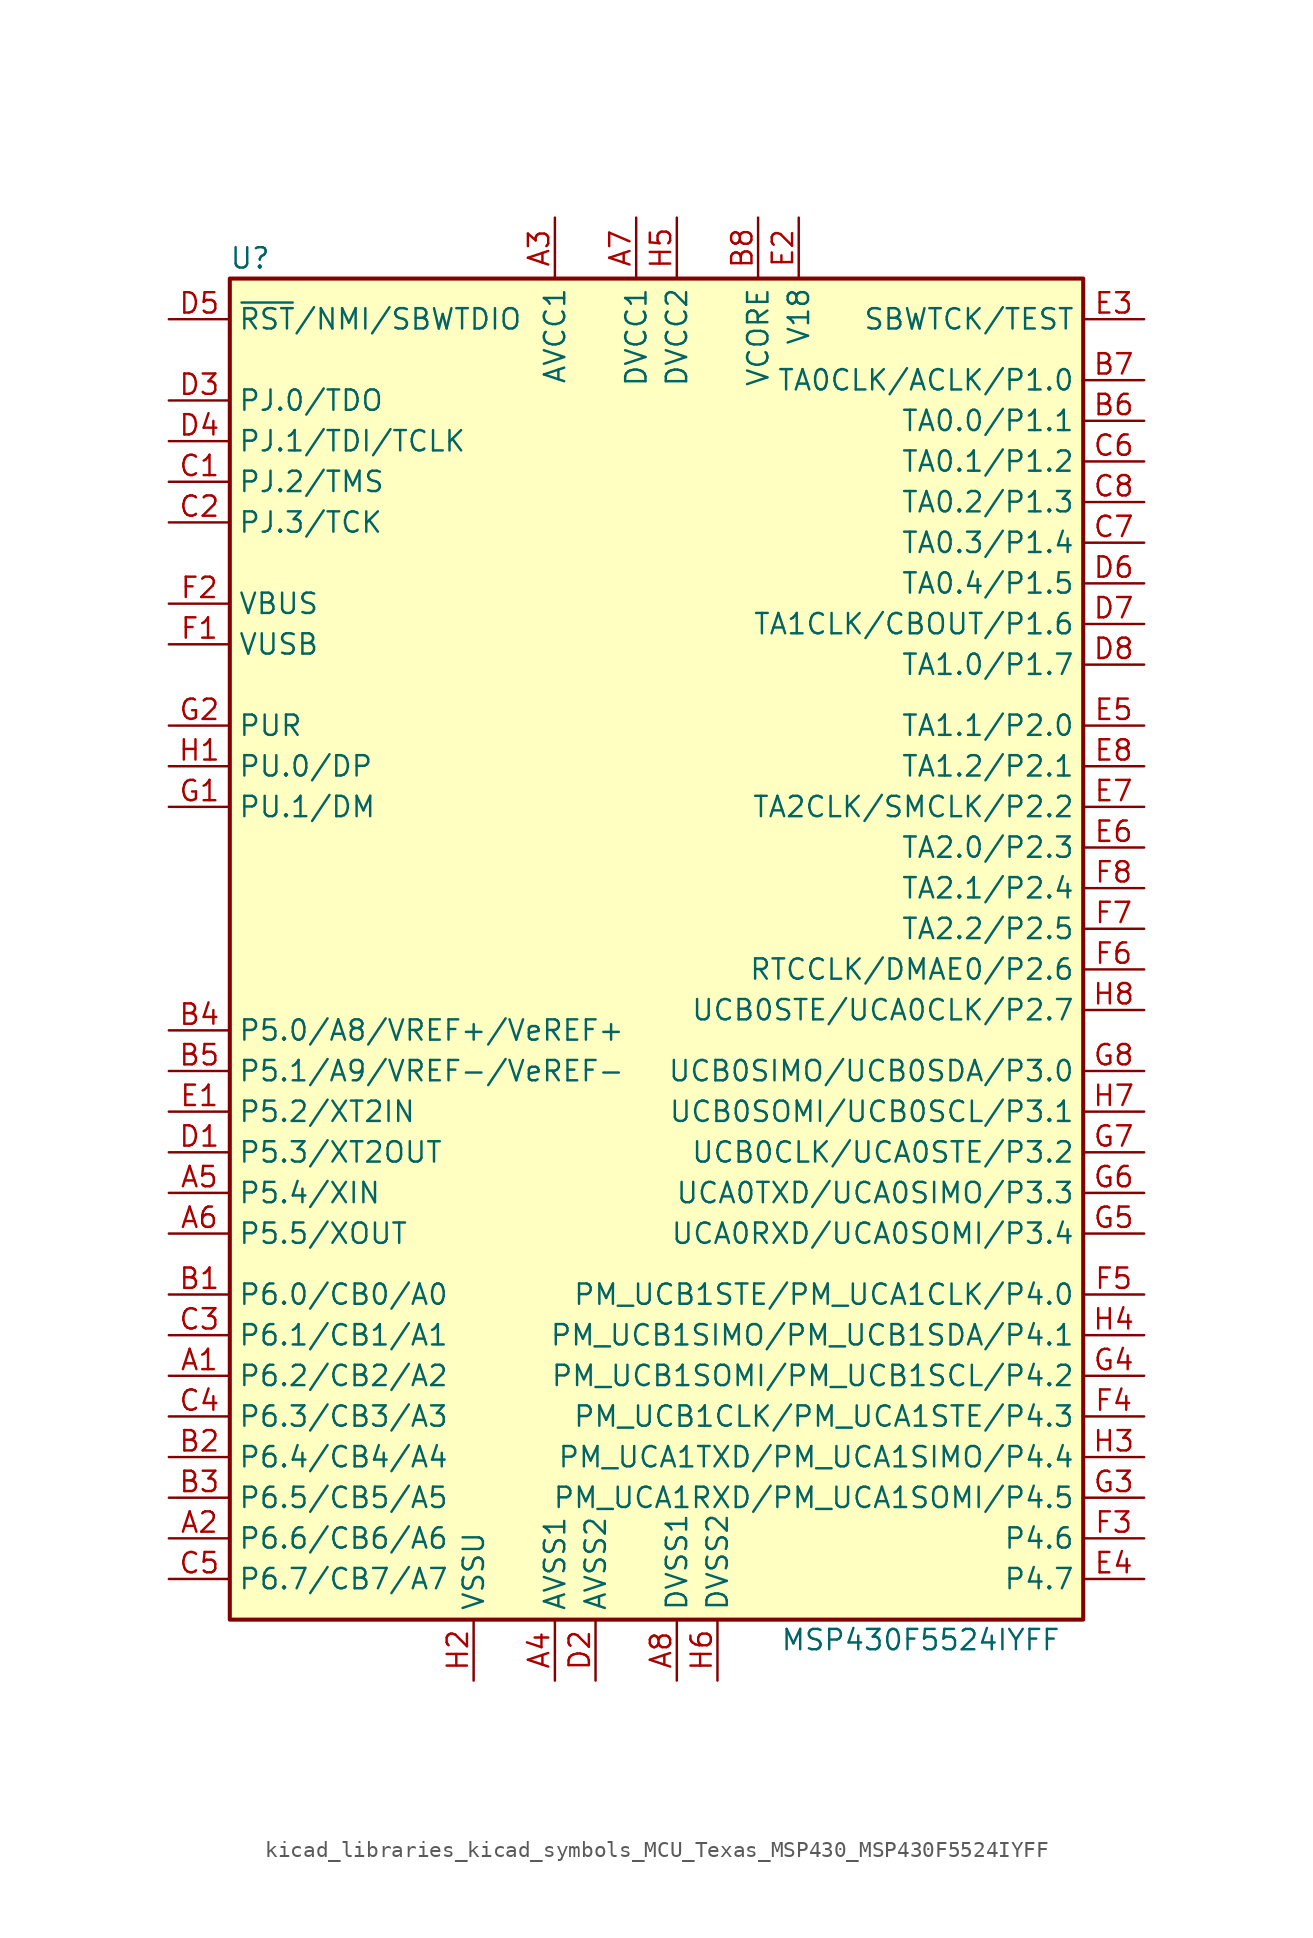
<source format=kicad_sym>
(kicad_symbol_lib
  (version 20220914)
  (generator kicad_symbol_editor)
  (symbol "kicad_libraries_kicad_symbols_MCU_Texas_MSP430_MSP430F5524IYFF"
    (property "Reference" "U"
      (at -25.4 43.18 0)
      (effects (font (size 1.27 1.27))))
    (property "Value" "MSP430F5524IYFF"
      (at 16.51 -43.18 0)
      (effects (font (size 1.27 1.27))))
    (symbol "kicad_libraries_kicad_symbols_MCU_Texas_MSP430_MSP430F5524IYFF_0_1"
      (rectangle (start -26.67 41.91) (end 26.67 -41.91) (stroke (width 0.254) (type default)) (fill (type background))))
    (symbol "kicad_libraries_kicad_symbols_MCU_Texas_MSP430_MSP430F5524IYFF_1_1"
      (pin bidirectional line (at -30.48 -26.67 0) (length 3.81) (name "P6.2/CB2/A2" (effects (font (size 1.27 1.27)))) (number "A1" (effects (font (size 1.27 1.27)))))
      (pin bidirectional line (at -30.48 -36.83 0) (length 3.81) (name "P6.6/CB6/A6" (effects (font (size 1.27 1.27)))) (number "A2" (effects (font (size 1.27 1.27)))))
      (pin power_in line (at -6.35 45.72 270) (length 3.81) (name "AVCC1" (effects (font (size 1.27 1.27)))) (number "A3" (effects (font (size 1.27 1.27)))))
      (pin power_in line (at -6.35 -45.72 90) (length 3.81) (name "AVSS1" (effects (font (size 1.27 1.27)))) (number "A4" (effects (font (size 1.27 1.27)))))
      (pin bidirectional line (at -30.48 -15.24 0) (length 3.81) (name "P5.4/XIN" (effects (font (size 1.27 1.27)))) (number "A5" (effects (font (size 1.27 1.27)))))
      (pin bidirectional line (at -30.48 -17.78 0) (length 3.81) (name "P5.5/XOUT" (effects (font (size 1.27 1.27)))) (number "A6" (effects (font (size 1.27 1.27)))))
      (pin power_in line (at -1.27 45.72 270) (length 3.81) (name "DVCC1" (effects (font (size 1.27 1.27)))) (number "A7" (effects (font (size 1.27 1.27)))))
      (pin power_in line (at 1.27 -45.72 90) (length 3.81) (name "DVSS1" (effects (font (size 1.27 1.27)))) (number "A8" (effects (font (size 1.27 1.27)))))
      (pin bidirectional line (at -30.48 -21.59 0) (length 3.81) (name "P6.0/CB0/A0" (effects (font (size 1.27 1.27)))) (number "B1" (effects (font (size 1.27 1.27)))))
      (pin bidirectional line (at -30.48 -31.75 0) (length 3.81) (name "P6.4/CB4/A4" (effects (font (size 1.27 1.27)))) (number "B2" (effects (font (size 1.27 1.27)))))
      (pin bidirectional line (at -30.48 -34.29 0) (length 3.81) (name "P6.5/CB5/A5" (effects (font (size 1.27 1.27)))) (number "B3" (effects (font (size 1.27 1.27)))))
      (pin bidirectional line (at -30.48 -5.08 0) (length 3.81) (name "P5.0/A8/VREF+/VeREF+" (effects (font (size 1.27 1.27)))) (number "B4" (effects (font (size 1.27 1.27)))))
      (pin bidirectional line (at -30.48 -7.62 0) (length 3.81) (name "P5.1/A9/VREF-/VeREF-" (effects (font (size 1.27 1.27)))) (number "B5" (effects (font (size 1.27 1.27)))))
      (pin bidirectional line (at 30.48 33.02 180) (length 3.81) (name "TA0.0/P1.1" (effects (font (size 1.27 1.27)))) (number "B6" (effects (font (size 1.27 1.27)))))
      (pin bidirectional line (at 30.48 35.56 180) (length 3.81) (name "TA0CLK/ACLK/P1.0" (effects (font (size 1.27 1.27)))) (number "B7" (effects (font (size 1.27 1.27)))))
      (pin bidirectional line (at 6.35 45.72 270) (length 3.81) (name "VCORE" (effects (font (size 1.27 1.27)))) (number "B8" (effects (font (size 1.27 1.27)))))
      (pin bidirectional line (at -30.48 29.21 0) (length 3.81) (name "PJ.2/TMS" (effects (font (size 1.27 1.27)))) (number "C1" (effects (font (size 1.27 1.27)))))
      (pin bidirectional line (at -30.48 26.67 0) (length 3.81) (name "PJ.3/TCK" (effects (font (size 1.27 1.27)))) (number "C2" (effects (font (size 1.27 1.27)))))
      (pin bidirectional line (at -30.48 -24.13 0) (length 3.81) (name "P6.1/CB1/A1" (effects (font (size 1.27 1.27)))) (number "C3" (effects (font (size 1.27 1.27)))))
      (pin bidirectional line (at -30.48 -29.21 0) (length 3.81) (name "P6.3/CB3/A3" (effects (font (size 1.27 1.27)))) (number "C4" (effects (font (size 1.27 1.27)))))
      (pin bidirectional line (at -30.48 -39.37 0) (length 3.81) (name "P6.7/CB7/A7" (effects (font (size 1.27 1.27)))) (number "C5" (effects (font (size 1.27 1.27)))))
      (pin bidirectional line (at 30.48 30.48 180) (length 3.81) (name "TA0.1/P1.2" (effects (font (size 1.27 1.27)))) (number "C6" (effects (font (size 1.27 1.27)))))
      (pin bidirectional line (at 30.48 25.4 180) (length 3.81) (name "TA0.3/P1.4" (effects (font (size 1.27 1.27)))) (number "C7" (effects (font (size 1.27 1.27)))))
      (pin bidirectional line (at 30.48 27.94 180) (length 3.81) (name "TA0.2/P1.3" (effects (font (size 1.27 1.27)))) (number "C8" (effects (font (size 1.27 1.27)))))
      (pin bidirectional line (at -30.48 -12.7 0) (length 3.81) (name "P5.3/XT2OUT" (effects (font (size 1.27 1.27)))) (number "D1" (effects (font (size 1.27 1.27)))))
      (pin power_in line (at -3.81 -45.72 90) (length 3.81) (name "AVSS2" (effects (font (size 1.27 1.27)))) (number "D2" (effects (font (size 1.27 1.27)))))
      (pin bidirectional line (at -30.48 34.29 0) (length 3.81) (name "PJ.0/TDO" (effects (font (size 1.27 1.27)))) (number "D3" (effects (font (size 1.27 1.27)))))
      (pin bidirectional line (at -30.48 31.75 0) (length 3.81) (name "PJ.1/TDI/TCLK" (effects (font (size 1.27 1.27)))) (number "D4" (effects (font (size 1.27 1.27)))))
      (pin input line (at -30.48 39.37 0) (length 3.81) (name "~{RST}/NMI/SBWTDIO" (effects (font (size 1.27 1.27)))) (number "D5" (effects (font (size 1.27 1.27)))))
      (pin bidirectional line (at 30.48 22.86 180) (length 3.81) (name "TA0.4/P1.5" (effects (font (size 1.27 1.27)))) (number "D6" (effects (font (size 1.27 1.27)))))
      (pin bidirectional line (at 30.48 20.32 180) (length 3.81) (name "TA1CLK/CBOUT/P1.6" (effects (font (size 1.27 1.27)))) (number "D7" (effects (font (size 1.27 1.27)))))
      (pin bidirectional line (at 30.48 17.78 180) (length 3.81) (name "TA1.0/P1.7" (effects (font (size 1.27 1.27)))) (number "D8" (effects (font (size 1.27 1.27)))))
      (pin bidirectional line (at -30.48 -10.16 0) (length 3.81) (name "P5.2/XT2IN" (effects (font (size 1.27 1.27)))) (number "E1" (effects (font (size 1.27 1.27)))))
      (pin passive line (at 8.89 45.72 270) (length 3.81) (name "V18" (effects (font (size 1.27 1.27)))) (number "E2" (effects (font (size 1.27 1.27)))))
      (pin input line (at 30.48 39.37 180) (length 3.81) (name "SBWTCK/TEST" (effects (font (size 1.27 1.27)))) (number "E3" (effects (font (size 1.27 1.27)))))
      (pin bidirectional line (at 30.48 -39.37 180) (length 3.81) (name "P4.7" (effects (font (size 1.27 1.27)))) (number "E4" (effects (font (size 1.27 1.27)))))
      (pin bidirectional line (at 30.48 13.97 180) (length 3.81) (name "TA1.1/P2.0" (effects (font (size 1.27 1.27)))) (number "E5" (effects (font (size 1.27 1.27)))))
      (pin bidirectional line (at 30.48 6.35 180) (length 3.81) (name "TA2.0/P2.3" (effects (font (size 1.27 1.27)))) (number "E6" (effects (font (size 1.27 1.27)))))
      (pin bidirectional line (at 30.48 8.89 180) (length 3.81) (name "TA2CLK/SMCLK/P2.2" (effects (font (size 1.27 1.27)))) (number "E7" (effects (font (size 1.27 1.27)))))
      (pin bidirectional line (at 30.48 11.43 180) (length 3.81) (name "TA1.2/P2.1" (effects (font (size 1.27 1.27)))) (number "E8" (effects (font (size 1.27 1.27)))))
      (pin power_out line (at -30.48 19.05 0) (length 3.81) (name "VUSB" (effects (font (size 1.27 1.27)))) (number "F1" (effects (font (size 1.27 1.27)))))
      (pin power_in line (at -30.48 21.59 0) (length 3.81) (name "VBUS" (effects (font (size 1.27 1.27)))) (number "F2" (effects (font (size 1.27 1.27)))))
      (pin bidirectional line (at 30.48 -36.83 180) (length 3.81) (name "P4.6" (effects (font (size 1.27 1.27)))) (number "F3" (effects (font (size 1.27 1.27)))))
      (pin bidirectional line (at 30.48 -29.21 180) (length 3.81) (name "PM_UCB1CLK/PM_UCA1STE/P4.3" (effects (font (size 1.27 1.27)))) (number "F4" (effects (font (size 1.27 1.27)))))
      (pin bidirectional line (at 30.48 -21.59 180) (length 3.81) (name "PM_UCB1STE/PM_UCA1CLK/P4.0" (effects (font (size 1.27 1.27)))) (number "F5" (effects (font (size 1.27 1.27)))))
      (pin bidirectional line (at 30.48 -1.27 180) (length 3.81) (name "RTCCLK/DMAE0/P2.6" (effects (font (size 1.27 1.27)))) (number "F6" (effects (font (size 1.27 1.27)))))
      (pin bidirectional line (at 30.48 1.27 180) (length 3.81) (name "TA2.2/P2.5" (effects (font (size 1.27 1.27)))) (number "F7" (effects (font (size 1.27 1.27)))))
      (pin bidirectional line (at 30.48 3.81 180) (length 3.81) (name "TA2.1/P2.4" (effects (font (size 1.27 1.27)))) (number "F8" (effects (font (size 1.27 1.27)))))
      (pin bidirectional line (at -30.48 8.89 0) (length 3.81) (name "PU.1/DM" (effects (font (size 1.27 1.27)))) (number "G1" (effects (font (size 1.27 1.27)))))
      (pin bidirectional line (at -30.48 13.97 0) (length 3.81) (name "PUR" (effects (font (size 1.27 1.27)))) (number "G2" (effects (font (size 1.27 1.27)))))
      (pin bidirectional line (at 30.48 -34.29 180) (length 3.81) (name "PM_UCA1RXD/PM_UCA1SOMI/P4.5" (effects (font (size 1.27 1.27)))) (number "G3" (effects (font (size 1.27 1.27)))))
      (pin bidirectional line (at 30.48 -26.67 180) (length 3.81) (name "PM_UCB1SOMI/PM_UCB1SCL/P4.2" (effects (font (size 1.27 1.27)))) (number "G4" (effects (font (size 1.27 1.27)))))
      (pin bidirectional line (at 30.48 -17.78 180) (length 3.81) (name "UCA0RXD/UCA0SOMI/P3.4" (effects (font (size 1.27 1.27)))) (number "G5" (effects (font (size 1.27 1.27)))))
      (pin bidirectional line (at 30.48 -15.24 180) (length 3.81) (name "UCA0TXD/UCA0SIMO/P3.3" (effects (font (size 1.27 1.27)))) (number "G6" (effects (font (size 1.27 1.27)))))
      (pin bidirectional line (at 30.48 -12.7 180) (length 3.81) (name "UCB0CLK/UCA0STE/P3.2" (effects (font (size 1.27 1.27)))) (number "G7" (effects (font (size 1.27 1.27)))))
      (pin bidirectional line (at 30.48 -7.62 180) (length 3.81) (name "UCB0SIMO/UCB0SDA/P3.0" (effects (font (size 1.27 1.27)))) (number "G8" (effects (font (size 1.27 1.27)))))
      (pin bidirectional line (at -30.48 11.43 0) (length 3.81) (name "PU.0/DP" (effects (font (size 1.27 1.27)))) (number "H1" (effects (font (size 1.27 1.27)))))
      (pin power_in line (at -11.43 -45.72 90) (length 3.81) (name "VSSU" (effects (font (size 1.27 1.27)))) (number "H2" (effects (font (size 1.27 1.27)))))
      (pin bidirectional line (at 30.48 -31.75 180) (length 3.81) (name "PM_UCA1TXD/PM_UCA1SIMO/P4.4" (effects (font (size 1.27 1.27)))) (number "H3" (effects (font (size 1.27 1.27)))))
      (pin bidirectional line (at 30.48 -24.13 180) (length 3.81) (name "PM_UCB1SIMO/PM_UCB1SDA/P4.1" (effects (font (size 1.27 1.27)))) (number "H4" (effects (font (size 1.27 1.27)))))
      (pin power_in line (at 1.27 45.72 270) (length 3.81) (name "DVCC2" (effects (font (size 1.27 1.27)))) (number "H5" (effects (font (size 1.27 1.27)))))
      (pin power_in line (at 3.81 -45.72 90) (length 3.81) (name "DVSS2" (effects (font (size 1.27 1.27)))) (number "H6" (effects (font (size 1.27 1.27)))))
      (pin bidirectional line (at 30.48 -10.16 180) (length 3.81) (name "UCB0SOMI/UCB0SCL/P3.1" (effects (font (size 1.27 1.27)))) (number "H7" (effects (font (size 1.27 1.27)))))
      (pin bidirectional line (at 30.48 -3.81 180) (length 3.81) (name "UCB0STE/UCA0CLK/P2.7" (effects (font (size 1.27 1.27)))) (number "H8" (effects (font (size 1.27 1.27))))))))
</source>
